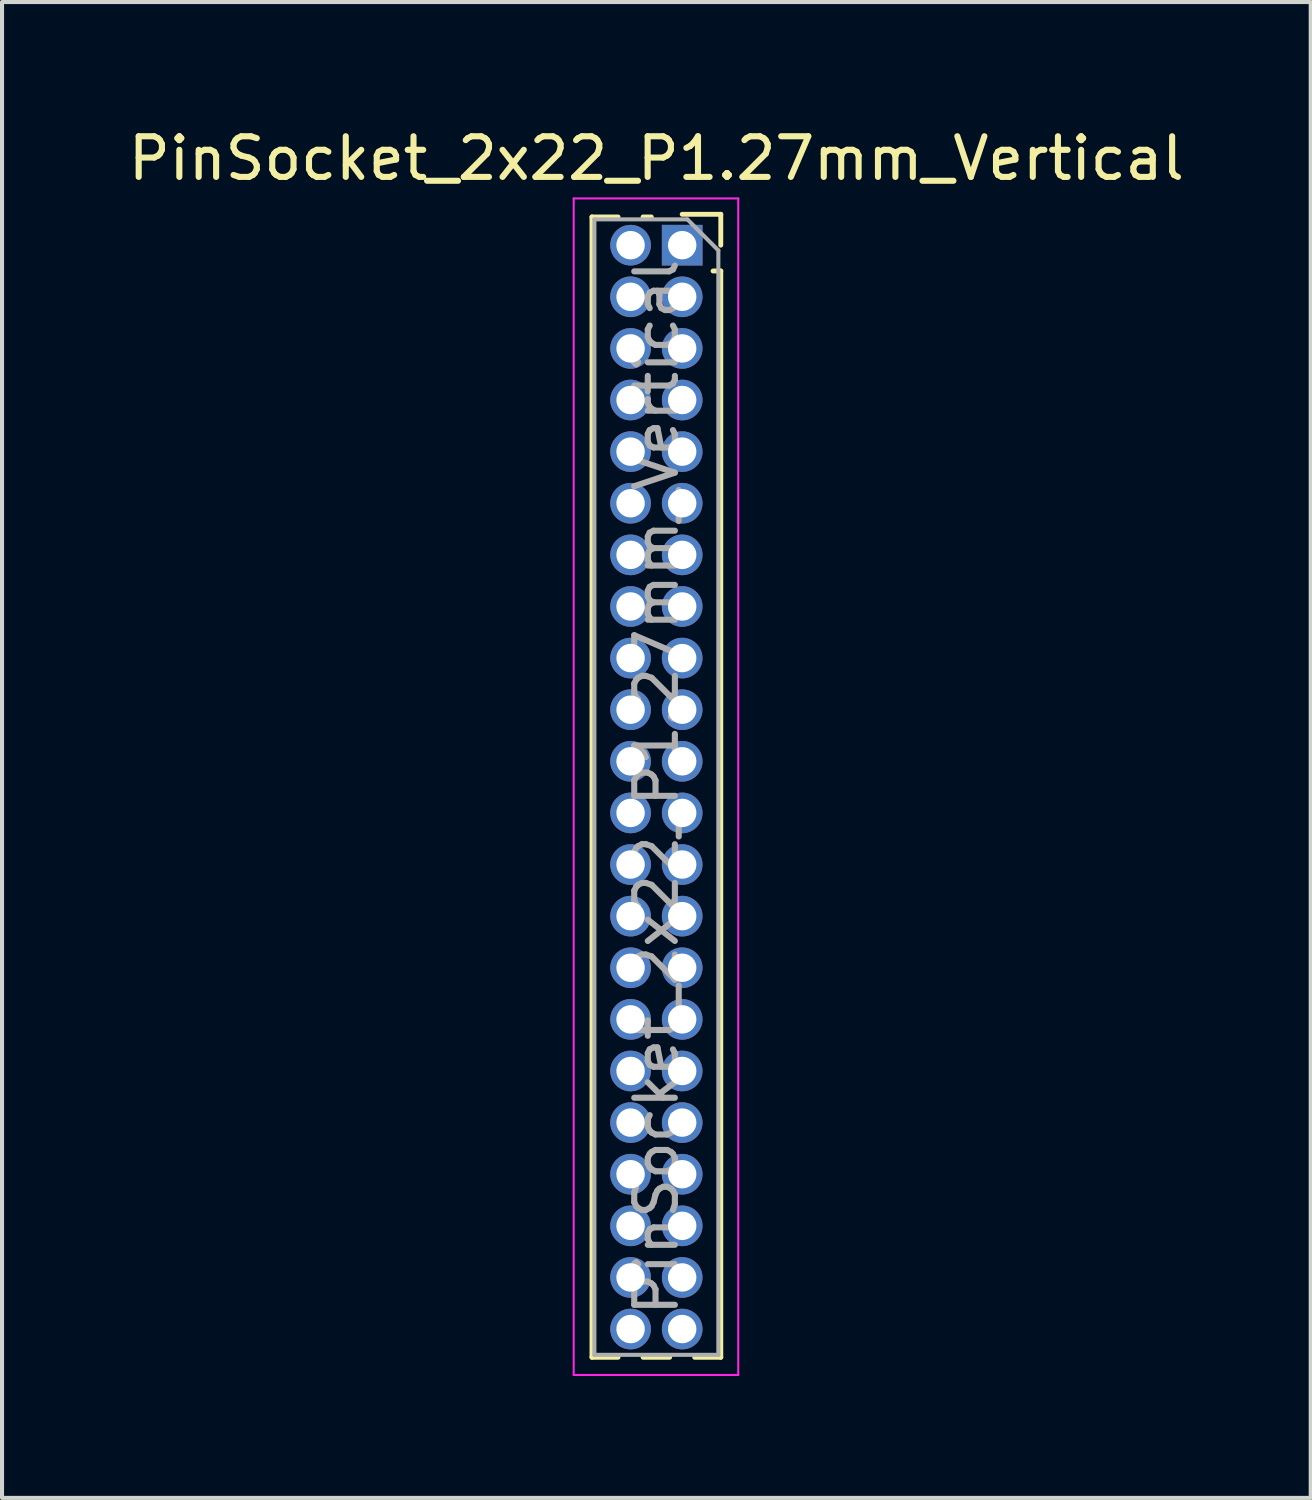
<source format=kicad_pcb>
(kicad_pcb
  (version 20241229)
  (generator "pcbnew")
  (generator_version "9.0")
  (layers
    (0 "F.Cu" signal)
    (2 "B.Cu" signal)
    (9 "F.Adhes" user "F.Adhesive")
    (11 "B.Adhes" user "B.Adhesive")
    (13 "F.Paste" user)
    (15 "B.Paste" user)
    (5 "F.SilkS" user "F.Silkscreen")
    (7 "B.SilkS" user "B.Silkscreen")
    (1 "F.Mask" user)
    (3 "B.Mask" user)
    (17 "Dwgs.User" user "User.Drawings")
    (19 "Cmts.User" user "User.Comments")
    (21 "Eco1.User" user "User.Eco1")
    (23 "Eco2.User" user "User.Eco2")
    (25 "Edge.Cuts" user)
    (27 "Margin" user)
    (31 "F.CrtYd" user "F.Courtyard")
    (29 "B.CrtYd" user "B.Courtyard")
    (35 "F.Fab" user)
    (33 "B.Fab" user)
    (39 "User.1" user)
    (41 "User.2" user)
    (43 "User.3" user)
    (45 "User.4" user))
  (footprint "PinSocket_2x22_P1.27mm_Vertical"
    (layer "F.Cu")
    (at 13.736 2.983)
    (property "Reference" "PinSocket_2x22_P1.27mm_Vertical" (at -0.635 -2.135 0) (layer "F.SilkS") (effects (font (size 1 1) (thickness 0.15))))
    (attr through_hole)
    (fp_line (start -2.22 -0.695) (end -2.22 27.365) (stroke (width 0.12) (type solid)) (layer "F.SilkS"))
    (fp_line (start -2.22 -0.695) (end -1.578 -0.695) (stroke (width 0.12) (type solid)) (layer "F.SilkS"))
    (fp_line (start -2.22 27.365) (end -1.578 27.365) (stroke (width 0.12) (type solid)) (layer "F.SilkS"))
    (fp_line (start -0.962 -0.695) (end -0.76 -0.695) (stroke (width 0.12) (type solid)) (layer "F.SilkS"))
    (fp_line (start -0.962 27.365) (end -0.308 27.365) (stroke (width 0.12) (type solid)) (layer "F.SilkS"))
    (fp_line (start 0 -0.76) (end 0.95 -0.76) (stroke (width 0.12) (type solid)) (layer "F.SilkS"))
    (fp_line (start 0.308 27.365) (end 0.95 27.365) (stroke (width 0.12) (type solid)) (layer "F.SilkS"))
    (fp_line (start 0.76 0.635) (end 0.95 0.635) (stroke (width 0.12) (type solid)) (layer "F.SilkS"))
    (fp_line (start 0.95 -0.76) (end 0.95 0) (stroke (width 0.12) (type solid)) (layer "F.SilkS"))
    (fp_line (start 0.95 0.635) (end 0.95 27.365) (stroke (width 0.12) (type solid)) (layer "F.SilkS"))
    (fp_line (start -2.67 -1.15) (end 1.38 -1.15) (stroke (width 0.05) (type solid)) (layer "F.CrtYd"))
    (fp_line (start -2.67 27.8) (end -2.67 -1.15) (stroke (width 0.05) (type solid)) (layer "F.CrtYd"))
    (fp_line (start 1.38 -1.15) (end 1.38 27.8) (stroke (width 0.05) (type solid)) (layer "F.CrtYd"))
    (fp_line (start 1.38 27.8) (end -2.67 27.8) (stroke (width 0.05) (type solid)) (layer "F.CrtYd"))
    (fp_line (start -2.16 -0.635) (end 0.128 -0.635) (stroke (width 0.1) (type solid)) (layer "F.Fab"))
    (fp_line (start -2.16 27.305) (end -2.16 -0.635) (stroke (width 0.1) (type solid)) (layer "F.Fab"))
    (fp_line (start 0.128 -0.635) (end 0.89 0.128) (stroke (width 0.1) (type solid)) (layer "F.Fab"))
    (fp_line (start 0.89 0.128) (end 0.89 27.305) (stroke (width 0.1) (type solid)) (layer "F.Fab"))
    (fp_line (start 0.89 27.305) (end -2.16 27.305) (stroke (width 0.1) (type solid)) (layer "F.Fab"))
    (fp_text user "${REFERENCE}" (at -0.635 13.335 90) (layer "F.Fab") (effects (font (size 1 1) (thickness 0.15))))
    (pad "1" thru_hole rect (at 0 0) (size 1 1) (drill 0.7) (layers "*.Cu" "*.Mask"))
    (pad "2" thru_hole circle (at -1.27 0) (size 1 1) (drill 0.7) (layers "*.Cu" "*.Mask"))
    (pad "3" thru_hole circle (at 0 1.27) (size 1 1) (drill 0.7) (layers "*.Cu" "*.Mask"))
    (pad "4" thru_hole circle (at -1.27 1.27) (size 1 1) (drill 0.7) (layers "*.Cu" "*.Mask"))
    (pad "5" thru_hole circle (at 0 2.54) (size 1 1) (drill 0.7) (layers "*.Cu" "*.Mask"))
    (pad "6" thru_hole circle (at -1.27 2.54) (size 1 1) (drill 0.7) (layers "*.Cu" "*.Mask"))
    (pad "7" thru_hole circle (at 0 3.81) (size 1 1) (drill 0.7) (layers "*.Cu" "*.Mask"))
    (pad "8" thru_hole circle (at -1.27 3.81) (size 1 1) (drill 0.7) (layers "*.Cu" "*.Mask"))
    (pad "9" thru_hole circle (at 0 5.08) (size 1 1) (drill 0.7) (layers "*.Cu" "*.Mask"))
    (pad "10" thru_hole circle (at -1.27 5.08) (size 1 1) (drill 0.7) (layers "*.Cu" "*.Mask"))
    (pad "11" thru_hole circle (at 0 6.35) (size 1 1) (drill 0.7) (layers "*.Cu" "*.Mask"))
    (pad "12" thru_hole circle (at -1.27 6.35) (size 1 1) (drill 0.7) (layers "*.Cu" "*.Mask"))
    (pad "13" thru_hole circle (at 0 7.62) (size 1 1) (drill 0.7) (layers "*.Cu" "*.Mask"))
    (pad "14" thru_hole circle (at -1.27 7.62) (size 1 1) (drill 0.7) (layers "*.Cu" "*.Mask"))
    (pad "15" thru_hole circle (at 0 8.89) (size 1 1) (drill 0.7) (layers "*.Cu" "*.Mask"))
    (pad "16" thru_hole circle (at -1.27 8.89) (size 1 1) (drill 0.7) (layers "*.Cu" "*.Mask"))
    (pad "17" thru_hole circle (at 0 10.16) (size 1 1) (drill 0.7) (layers "*.Cu" "*.Mask"))
    (pad "18" thru_hole circle (at -1.27 10.16) (size 1 1) (drill 0.7) (layers "*.Cu" "*.Mask"))
    (pad "19" thru_hole circle (at 0 11.43) (size 1 1) (drill 0.7) (layers "*.Cu" "*.Mask"))
    (pad "20" thru_hole circle (at -1.27 11.43) (size 1 1) (drill 0.7) (layers "*.Cu" "*.Mask"))
    (pad "21" thru_hole circle (at 0 12.7) (size 1 1) (drill 0.7) (layers "*.Cu" "*.Mask"))
    (pad "22" thru_hole circle (at -1.27 12.7) (size 1 1) (drill 0.7) (layers "*.Cu" "*.Mask"))
    (pad "23" thru_hole circle (at 0 13.97) (size 1 1) (drill 0.7) (layers "*.Cu" "*.Mask"))
    (pad "24" thru_hole circle (at -1.27 13.97) (size 1 1) (drill 0.7) (layers "*.Cu" "*.Mask"))
    (pad "25" thru_hole circle (at 0 15.24) (size 1 1) (drill 0.7) (layers "*.Cu" "*.Mask"))
    (pad "26" thru_hole circle (at -1.27 15.24) (size 1 1) (drill 0.7) (layers "*.Cu" "*.Mask"))
    (pad "27" thru_hole circle (at 0 16.51) (size 1 1) (drill 0.7) (layers "*.Cu" "*.Mask"))
    (pad "28" thru_hole circle (at -1.27 16.51) (size 1 1) (drill 0.7) (layers "*.Cu" "*.Mask"))
    (pad "29" thru_hole circle (at 0 17.78) (size 1 1) (drill 0.7) (layers "*.Cu" "*.Mask"))
    (pad "30" thru_hole circle (at -1.27 17.78) (size 1 1) (drill 0.7) (layers "*.Cu" "*.Mask"))
    (pad "31" thru_hole circle (at 0 19.05) (size 1 1) (drill 0.7) (layers "*.Cu" "*.Mask"))
    (pad "32" thru_hole circle (at -1.27 19.05) (size 1 1) (drill 0.7) (layers "*.Cu" "*.Mask"))
    (pad "33" thru_hole circle (at 0 20.32) (size 1 1) (drill 0.7) (layers "*.Cu" "*.Mask"))
    (pad "34" thru_hole circle (at -1.27 20.32) (size 1 1) (drill 0.7) (layers "*.Cu" "*.Mask"))
    (pad "35" thru_hole circle (at 0 21.59) (size 1 1) (drill 0.7) (layers "*.Cu" "*.Mask"))
    (pad "36" thru_hole circle (at -1.27 21.59) (size 1 1) (drill 0.7) (layers "*.Cu" "*.Mask"))
    (pad "37" thru_hole circle (at 0 22.86) (size 1 1) (drill 0.7) (layers "*.Cu" "*.Mask"))
    (pad "38" thru_hole circle (at -1.27 22.86) (size 1 1) (drill 0.7) (layers "*.Cu" "*.Mask"))
    (pad "39" thru_hole circle (at 0 24.13) (size 1 1) (drill 0.7) (layers "*.Cu" "*.Mask"))
    (pad "40" thru_hole circle (at -1.27 24.13) (size 1 1) (drill 0.7) (layers "*.Cu" "*.Mask"))
    (pad "41" thru_hole circle (at 0 25.4) (size 1 1) (drill 0.7) (layers "*.Cu" "*.Mask"))
    (pad "42" thru_hole circle (at -1.27 25.4) (size 1 1) (drill 0.7) (layers "*.Cu" "*.Mask"))
    (pad "43" thru_hole circle (at 0 26.67) (size 1 1) (drill 0.7) (layers "*.Cu" "*.Mask"))
    (pad "44" thru_hole circle (at -1.27 26.67) (size 1 1) (drill 0.7) (layers "*.Cu" "*.Mask")))
  (gr_rect
    (start -3 -3)
    (end 29.202 33.808)
    (stroke (width 0.1) (type default))
    (fill no)
    (layer "Edge.Cuts")))
</source>
